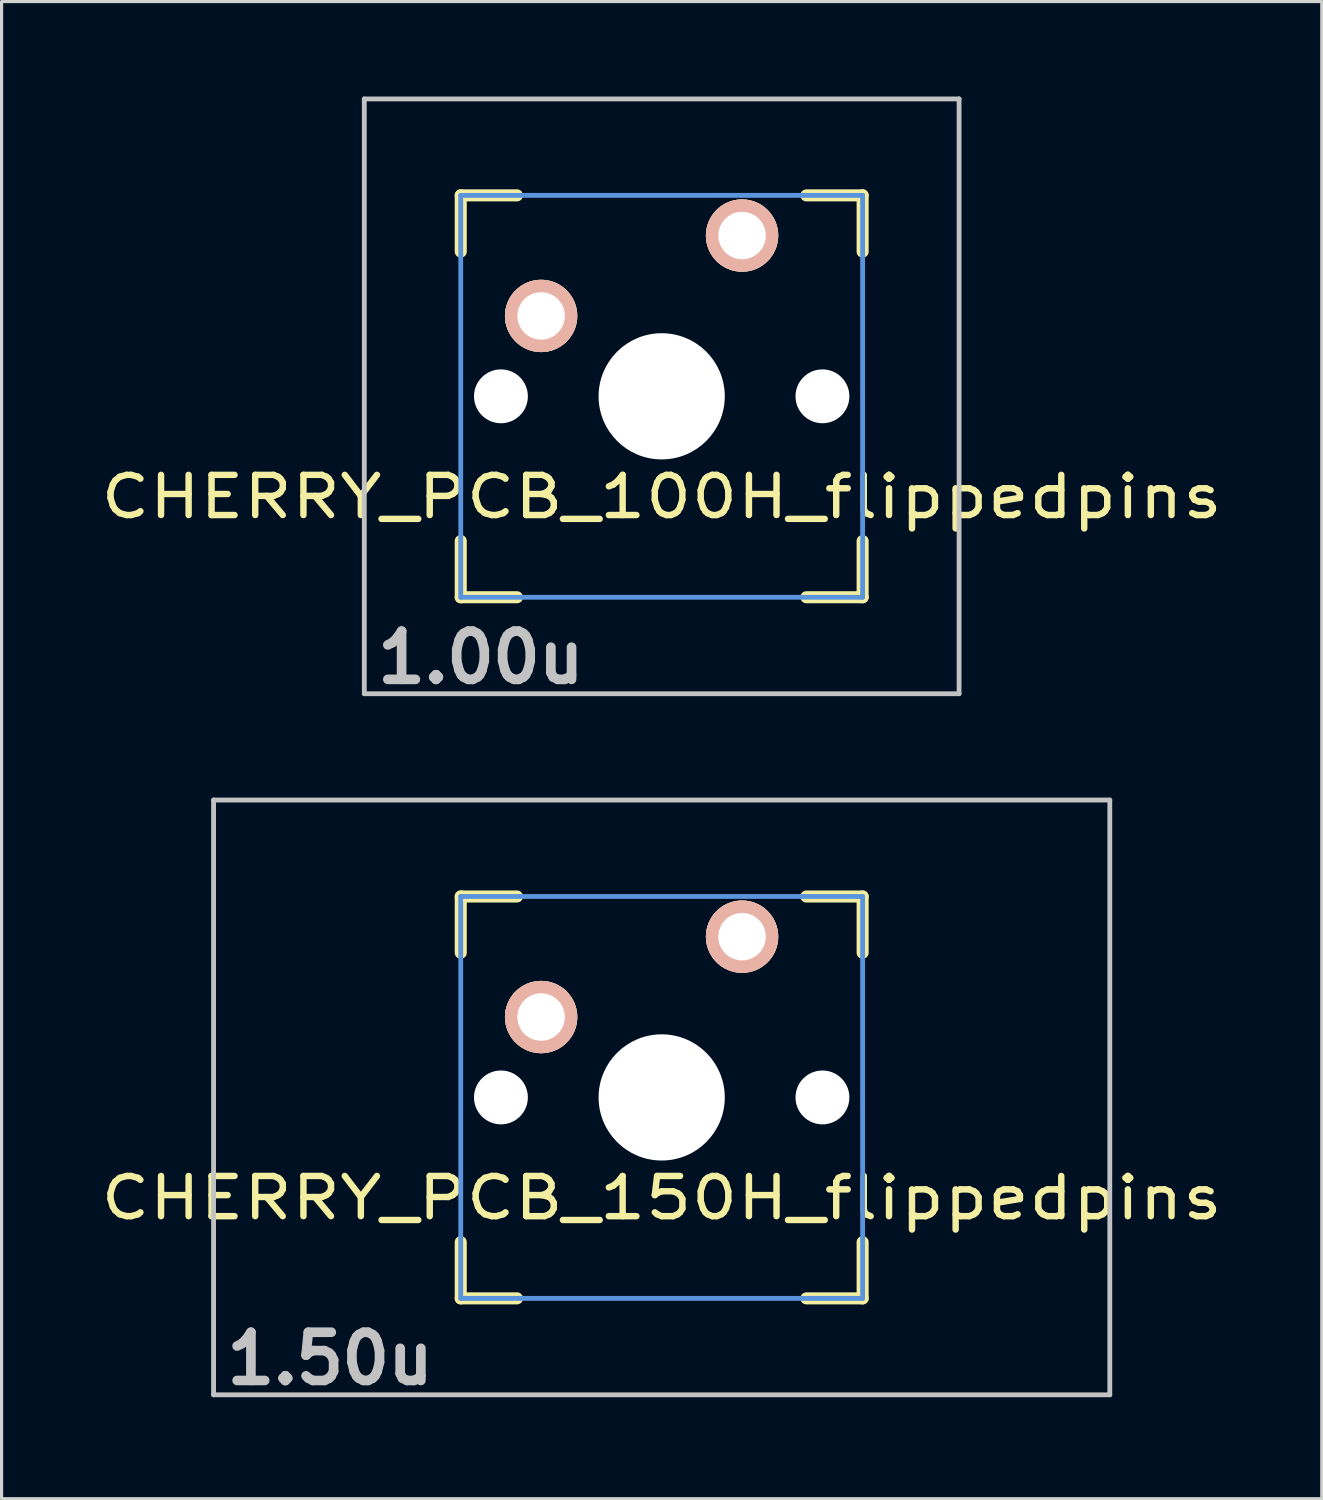
<source format=kicad_pcb>
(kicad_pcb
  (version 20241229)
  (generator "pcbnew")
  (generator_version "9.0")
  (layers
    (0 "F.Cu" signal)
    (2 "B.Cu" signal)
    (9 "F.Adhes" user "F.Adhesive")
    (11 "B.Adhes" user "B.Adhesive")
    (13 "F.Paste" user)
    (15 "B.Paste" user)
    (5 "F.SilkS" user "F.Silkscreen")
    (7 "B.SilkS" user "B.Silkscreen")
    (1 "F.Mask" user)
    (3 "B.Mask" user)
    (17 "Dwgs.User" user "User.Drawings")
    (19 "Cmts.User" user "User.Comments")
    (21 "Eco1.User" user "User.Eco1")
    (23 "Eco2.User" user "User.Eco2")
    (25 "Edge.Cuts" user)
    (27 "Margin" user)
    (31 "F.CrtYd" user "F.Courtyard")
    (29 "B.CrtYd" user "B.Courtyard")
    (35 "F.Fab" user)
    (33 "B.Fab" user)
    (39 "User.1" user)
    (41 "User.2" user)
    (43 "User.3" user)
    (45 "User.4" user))
  (footprint "CHERRY_PCB_150H_flippedpins"
    (layer "F.Cu")
    (at 17.86 31.63)
    (property "Reference" "CHERRY_PCB_150H_flippedpins" (at 0 3.175 0) (layer "F.SilkS") (effects (font (size 1.27 1.524) (thickness 0.203))))
    (attr through_hole)
    (fp_line (start -6.35 -6.35) (end -4.572 -6.35) (stroke (width 0.381) (type solid)) (layer "F.SilkS"))
    (fp_line (start -6.35 -4.572) (end -6.35 -6.35) (stroke (width 0.381) (type solid)) (layer "F.SilkS"))
    (fp_line (start -6.35 6.35) (end -6.35 4.572) (stroke (width 0.381) (type solid)) (layer "F.SilkS"))
    (fp_line (start -4.572 6.35) (end -6.35 6.35) (stroke (width 0.381) (type solid)) (layer "F.SilkS"))
    (fp_line (start 4.572 -6.35) (end 6.35 -6.35) (stroke (width 0.381) (type solid)) (layer "F.SilkS"))
    (fp_line (start 6.35 -6.35) (end 6.35 -4.572) (stroke (width 0.381) (type solid)) (layer "F.SilkS"))
    (fp_line (start 6.35 4.572) (end 6.35 6.35) (stroke (width 0.381) (type solid)) (layer "F.SilkS"))
    (fp_line (start 6.35 6.35) (end 4.572 6.35) (stroke (width 0.381) (type solid)) (layer "F.SilkS"))
    (fp_line (start -14.161 -9.398) (end 14.161 -9.398) (stroke (width 0.152) (type solid)) (layer "Dwgs.User"))
    (fp_line (start -14.161 9.398) (end -14.161 -9.398) (stroke (width 0.152) (type solid)) (layer "Dwgs.User"))
    (fp_line (start 14.161 -9.398) (end 14.161 9.398) (stroke (width 0.152) (type solid)) (layer "Dwgs.User"))
    (fp_line (start 14.161 9.398) (end -14.161 9.398) (stroke (width 0.152) (type solid)) (layer "Dwgs.User"))
    (fp_line (start -6.35 -6.35) (end 6.35 -6.35) (stroke (width 0.152) (type solid)) (layer "Cmts.User"))
    (fp_line (start -6.35 6.35) (end -6.35 -6.35) (stroke (width 0.152) (type solid)) (layer "Cmts.User"))
    (fp_line (start 6.35 -6.35) (end 6.35 6.35) (stroke (width 0.152) (type solid)) (layer "Cmts.User"))
    (fp_line (start 6.35 6.35) (end -6.35 6.35) (stroke (width 0.152) (type solid)) (layer "Cmts.User"))
    (fp_line (start -6.985 -6.985) (end 6.985 -6.985) (stroke (width 0.152) (type solid)) (layer "Eco2.User"))
    (fp_line (start -6.985 6.985) (end -6.985 -6.985) (stroke (width 0.152) (type solid)) (layer "Eco2.User"))
    (fp_line (start 6.985 -6.985) (end 6.985 6.985) (stroke (width 0.152) (type solid)) (layer "Eco2.User"))
    (fp_line (start 6.985 6.985) (end -6.985 6.985) (stroke (width 0.152) (type solid)) (layer "Eco2.User"))
    (fp_text user "1.50u" (at -10.477 8.255 0) (layer "Dwgs.User") (effects (font (size 1.524 1.524) (thickness 0.305))))
    (pad "" np_thru_hole circle (at -5.08 0) (size 1.702 1.702) (drill 1.702) (layers "*.Cu"))
    (pad "" np_thru_hole circle (at 0 0) (size 3.988 3.988) (drill 3.988) (layers "*.Cu"))
    (pad "" np_thru_hole circle (at 5.08 0) (size 1.702 1.702) (drill 1.702) (layers "*.Cu"))
    (pad "1" thru_hole circle (at -3.81 -2.54) (size 2.286 2.286) (drill 1.499) (layers "*.Cu" "*.SilkS" "*.Mask"))
    (pad "2" thru_hole circle (at 2.54 -5.08) (size 2.286 2.286) (drill 1.499) (layers "*.Cu" "*.SilkS" "*.Mask")))
  (footprint "CHERRY_PCB_100H_flippedpins"
    (layer "F.Cu")
    (at 17.86 9.474)
    (property "Reference" "CHERRY_PCB_100H_flippedpins" (at 0 3.175 0) (layer "F.SilkS") (effects (font (size 1.27 1.524) (thickness 0.203))))
    (attr through_hole)
    (fp_line (start -6.35 -6.35) (end -4.572 -6.35) (stroke (width 0.381) (type solid)) (layer "F.SilkS"))
    (fp_line (start -6.35 -4.572) (end -6.35 -6.35) (stroke (width 0.381) (type solid)) (layer "F.SilkS"))
    (fp_line (start -6.35 6.35) (end -6.35 4.572) (stroke (width 0.381) (type solid)) (layer "F.SilkS"))
    (fp_line (start -4.572 6.35) (end -6.35 6.35) (stroke (width 0.381) (type solid)) (layer "F.SilkS"))
    (fp_line (start 4.572 -6.35) (end 6.35 -6.35) (stroke (width 0.381) (type solid)) (layer "F.SilkS"))
    (fp_line (start 6.35 -6.35) (end 6.35 -4.572) (stroke (width 0.381) (type solid)) (layer "F.SilkS"))
    (fp_line (start 6.35 4.572) (end 6.35 6.35) (stroke (width 0.381) (type solid)) (layer "F.SilkS"))
    (fp_line (start 6.35 6.35) (end 4.572 6.35) (stroke (width 0.381) (type solid)) (layer "F.SilkS"))
    (fp_line (start -9.398 -9.398) (end 9.398 -9.398) (stroke (width 0.152) (type solid)) (layer "Dwgs.User"))
    (fp_line (start -9.398 9.398) (end -9.398 -9.398) (stroke (width 0.152) (type solid)) (layer "Dwgs.User"))
    (fp_line (start 9.398 -9.398) (end 9.398 9.398) (stroke (width 0.152) (type solid)) (layer "Dwgs.User"))
    (fp_line (start 9.398 9.398) (end -9.398 9.398) (stroke (width 0.152) (type solid)) (layer "Dwgs.User"))
    (fp_line (start -6.35 -6.35) (end 6.35 -6.35) (stroke (width 0.152) (type solid)) (layer "Cmts.User"))
    (fp_line (start -6.35 6.35) (end -6.35 -6.35) (stroke (width 0.152) (type solid)) (layer "Cmts.User"))
    (fp_line (start 6.35 -6.35) (end 6.35 6.35) (stroke (width 0.152) (type solid)) (layer "Cmts.User"))
    (fp_line (start 6.35 6.35) (end -6.35 6.35) (stroke (width 0.152) (type solid)) (layer "Cmts.User"))
    (fp_line (start -6.985 -6.985) (end 6.985 -6.985) (stroke (width 0.152) (type solid)) (layer "Eco2.User"))
    (fp_line (start -6.985 6.985) (end -6.985 -6.985) (stroke (width 0.152) (type solid)) (layer "Eco2.User"))
    (fp_line (start 6.985 -6.985) (end 6.985 6.985) (stroke (width 0.152) (type solid)) (layer "Eco2.User"))
    (fp_line (start 6.985 6.985) (end -6.985 6.985) (stroke (width 0.152) (type solid)) (layer "Eco2.User"))
    (fp_text user "1.00u" (at -5.715 8.255 0) (layer "Dwgs.User") (effects (font (size 1.524 1.524) (thickness 0.305))))
    (pad "" np_thru_hole circle (at -5.08 0) (size 1.702 1.702) (drill 1.702) (layers "*.Cu"))
    (pad "" np_thru_hole circle (at 0 0) (size 3.988 3.988) (drill 3.988) (layers "*.Cu"))
    (pad "" np_thru_hole circle (at 5.08 0) (size 1.702 1.702) (drill 1.702) (layers "*.Cu"))
    (pad "1" thru_hole circle (at -3.81 -2.54) (size 2.286 2.286) (drill 1.499) (layers "*.Cu" "*.SilkS" "*.Mask"))
    (pad "2" thru_hole circle (at 2.54 -5.08) (size 2.286 2.286) (drill 1.499) (layers "*.Cu" "*.SilkS" "*.Mask")))
  (gr_rect
    (start -3 -3)
    (end 38.72 44.311)
    (stroke (width 0.1) (type default))
    (fill no)
    (layer "Edge.Cuts")))
</source>
